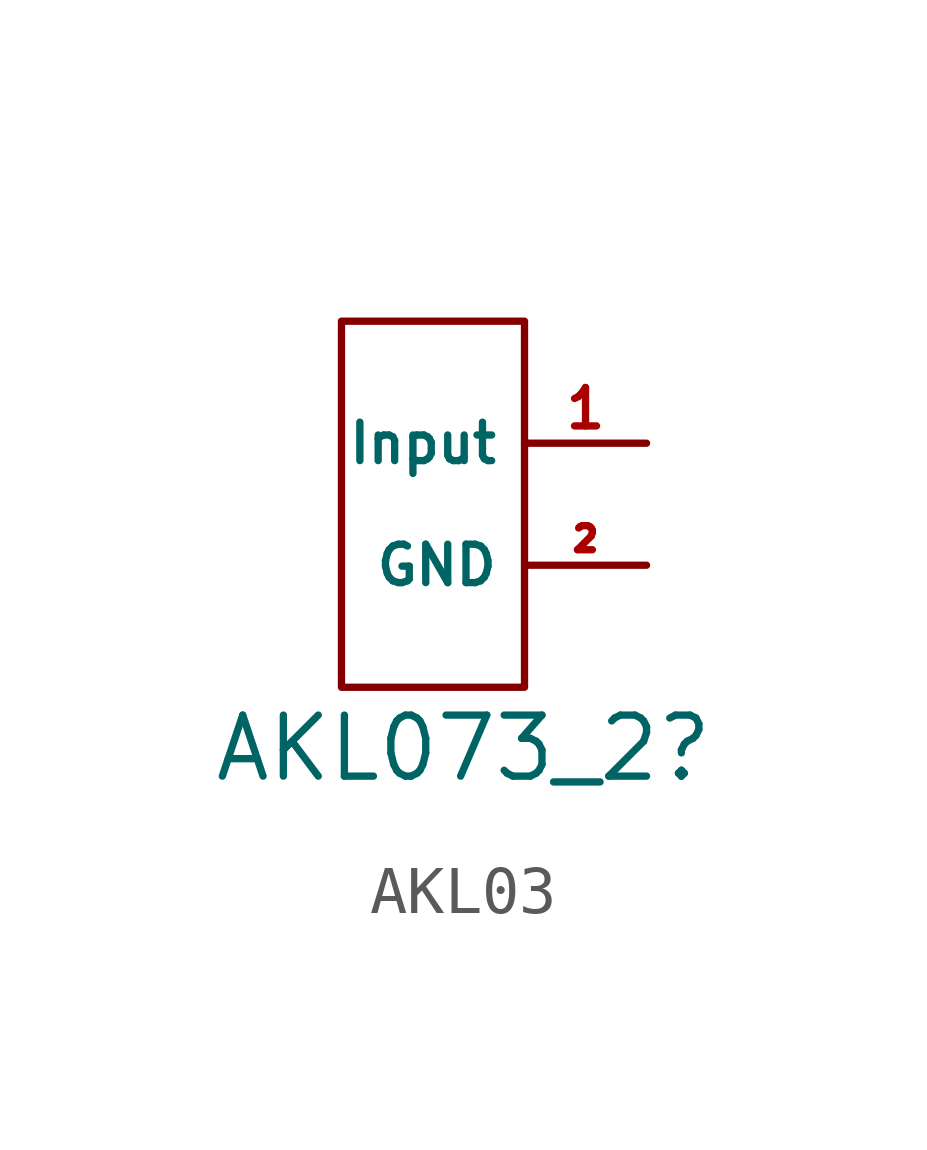
<source format=kicad_sym>
(kicad_symbol_lib
  (version 20220914)
  (generator kicad_symbol_editor)
  (symbol "AKL03"
    (property "Reference" "AKL073_2"
      (at 1.27 -10.16 0)
      (effects (font (size 1.27 1.27))))
    (property "Value" ""
      (at 0 0 0)
      (effects (font (size 1.27 1.27))))
    (symbol "AKL03_0_1"
      (rectangle (start -1.27 -1.27) (end 2.54 -8.89) (stroke (width 0) (type default)) (fill (type none))))
    (symbol "AKL03_1_1"
      (pin input line (at 5.08 -3.81 180) (length 2.54) (name "Input" (effects (font (size 0.8 0.8)))) (number "1" (effects (font (size 0.8 0.8)))))
      (pin input line (at 5.08 -6.35 180) (length 2.54) (name "GND" (effects (font (size 0.8 0.8)))) (number "2" (effects (font (size 0.5 0.5))))))))
</source>
